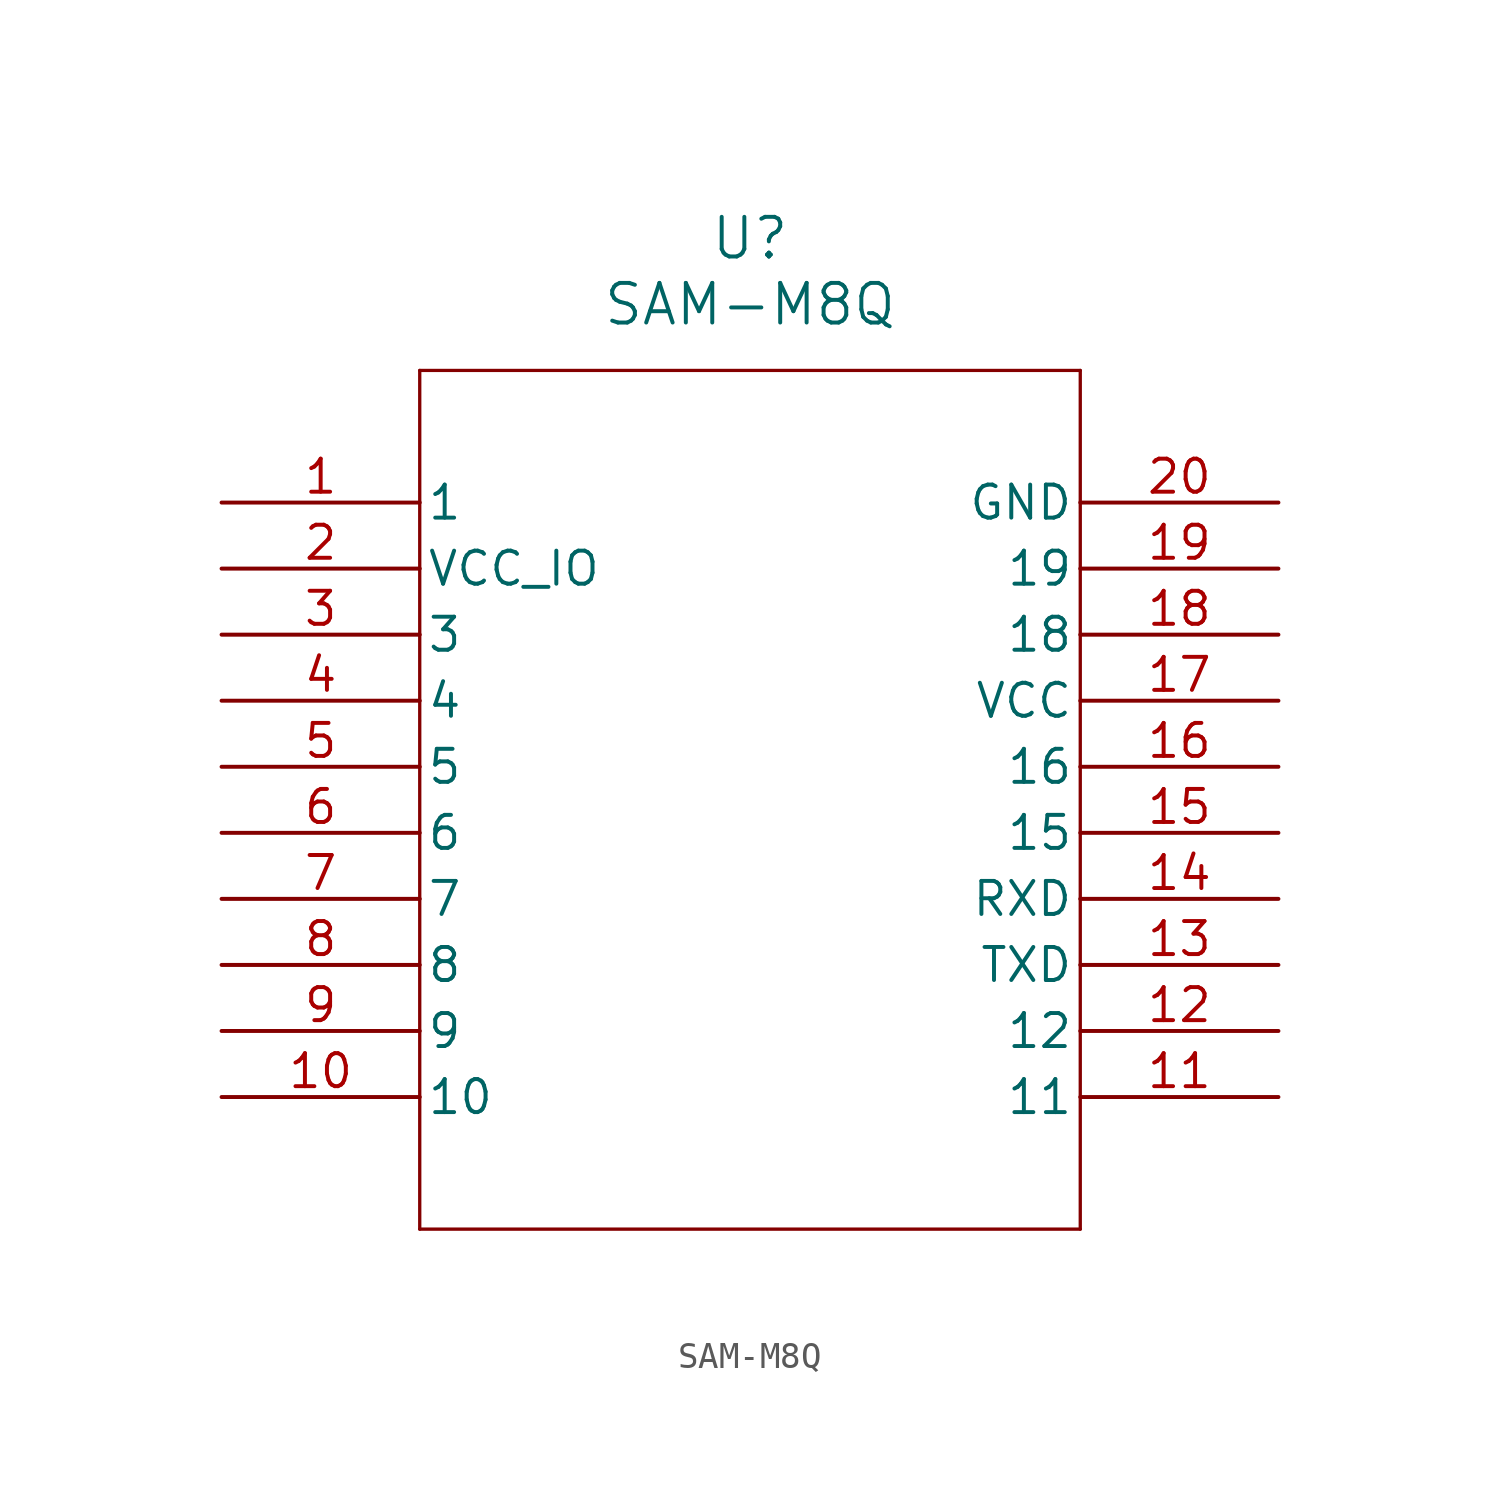
<source format=kicad_sym>
(kicad_symbol_lib
  (version 20241209)
  (generator "kicad_symbol_editor")
  (generator_version "9.0")
  (symbol "SAM-M8Q"
    (pin_names
      (offset 0.254))
    (property "Reference" "U"
      (at 20.32 10.16 0)
      (effects (font (size 1.524 1.524))))
    (property "Value" "SAM-M8Q"
      (at 20.32 7.62 0)
      (effects (font (size 1.524 1.524))))
    (property "ki_locked" ""
      (at 0 0 0)
      (effects (font (size 1.27 1.27))))
    (symbol "SAM-M8Q_0_1"
      (polyline (pts (xy 7.62 5.08) (xy 7.62 -27.94)) (stroke (width 0.127) (type default)) (fill (type none)))
      (polyline (pts (xy 7.62 -27.94) (xy 33.02 -27.94)) (stroke (width 0.127) (type default)) (fill (type none)))
      (polyline (pts (xy 33.02 5.08) (xy 7.62 5.08)) (stroke (width 0.127) (type default)) (fill (type none)))
      (polyline (pts (xy 33.02 -27.94) (xy 33.02 5.08)) (stroke (width 0.127) (type default)) (fill (type none)))
      (pin power_out line (at 0 0 0) (length 7.62) (name "1" (effects (font (size 1.27 1.27)))) (number "1" (effects (font (size 1.27 1.27)))))
      (pin power_in line (at 0 -2.54 0) (length 7.62) (name "VCC_IO" (effects (font (size 1.27 1.27)))) (number "2" (effects (font (size 1.27 1.27)))))
      (pin unspecified line (at 0 -5.08 0) (length 7.62) (name "3" (effects (font (size 1.27 1.27)))) (number "3" (effects (font (size 1.27 1.27)))))
      (pin power_out line (at 0 -7.62 0) (length 7.62) (name "4" (effects (font (size 1.27 1.27)))) (number "4" (effects (font (size 1.27 1.27)))))
      (pin power_out line (at 0 -10.16 0) (length 7.62) (name "5" (effects (font (size 1.27 1.27)))) (number "5" (effects (font (size 1.27 1.27)))))
      (pin power_out line (at 0 -12.7 0) (length 7.62) (name "6" (effects (font (size 1.27 1.27)))) (number "6" (effects (font (size 1.27 1.27)))))
      (pin unspecified line (at 0 -15.24 0) (length 7.62) (name "7" (effects (font (size 1.27 1.27)))) (number "7" (effects (font (size 1.27 1.27)))))
      (pin unspecified line (at 0 -17.78 0) (length 7.62) (name "8" (effects (font (size 1.27 1.27)))) (number "8" (effects (font (size 1.27 1.27)))))
      (pin unspecified line (at 0 -20.32 0) (length 7.62) (name "9" (effects (font (size 1.27 1.27)))) (number "9" (effects (font (size 1.27 1.27)))))
      (pin power_out line (at 0 -22.86 0) (length 7.62) (name "10" (effects (font (size 1.27 1.27)))) (number "10" (effects (font (size 1.27 1.27)))))
      (pin power_out line (at 40.64 0 180) (length 7.62) (name "GND" (effects (font (size 1.27 1.27)))) (number "20" (effects (font (size 1.27 1.27)))))
      (pin unspecified line (at 40.64 -2.54 180) (length 7.62) (name "19" (effects (font (size 1.27 1.27)))) (number "19" (effects (font (size 1.27 1.27)))))
      (pin unspecified line (at 40.64 -5.08 180) (length 7.62) (name "18" (effects (font (size 1.27 1.27)))) (number "18" (effects (font (size 1.27 1.27)))))
      (pin power_in line (at 40.64 -7.62 180) (length 7.62) (name "VCC" (effects (font (size 1.27 1.27)))) (number "17" (effects (font (size 1.27 1.27)))))
      (pin power_out line (at 40.64 -10.16 180) (length 7.62) (name "16" (effects (font (size 1.27 1.27)))) (number "16" (effects (font (size 1.27 1.27)))))
      (pin power_out line (at 40.64 -12.7 180) (length 7.62) (name "15" (effects (font (size 1.27 1.27)))) (number "15" (effects (font (size 1.27 1.27)))))
      (pin unspecified line (at 40.64 -15.24 180) (length 7.62) (name "RXD" (effects (font (size 1.27 1.27)))) (number "14" (effects (font (size 1.27 1.27)))))
      (pin unspecified line (at 40.64 -20.32 180) (length 7.62) (name "12" (effects (font (size 1.27 1.27)))) (number "12" (effects (font (size 1.27 1.27)))))
      (pin power_out line (at 40.64 -22.86 180) (length 7.62) (name "11" (effects (font (size 1.27 1.27)))) (number "11" (effects (font (size 1.27 1.27))))))
    (symbol "SAM-M8Q_1_1"
      (pin unspecified line (at 40.64 -17.78 180) (length 7.62) (name "TXD" (effects (font (size 1.27 1.27)))) (number "13" (effects (font (size 1.27 1.27))))))))
</source>
